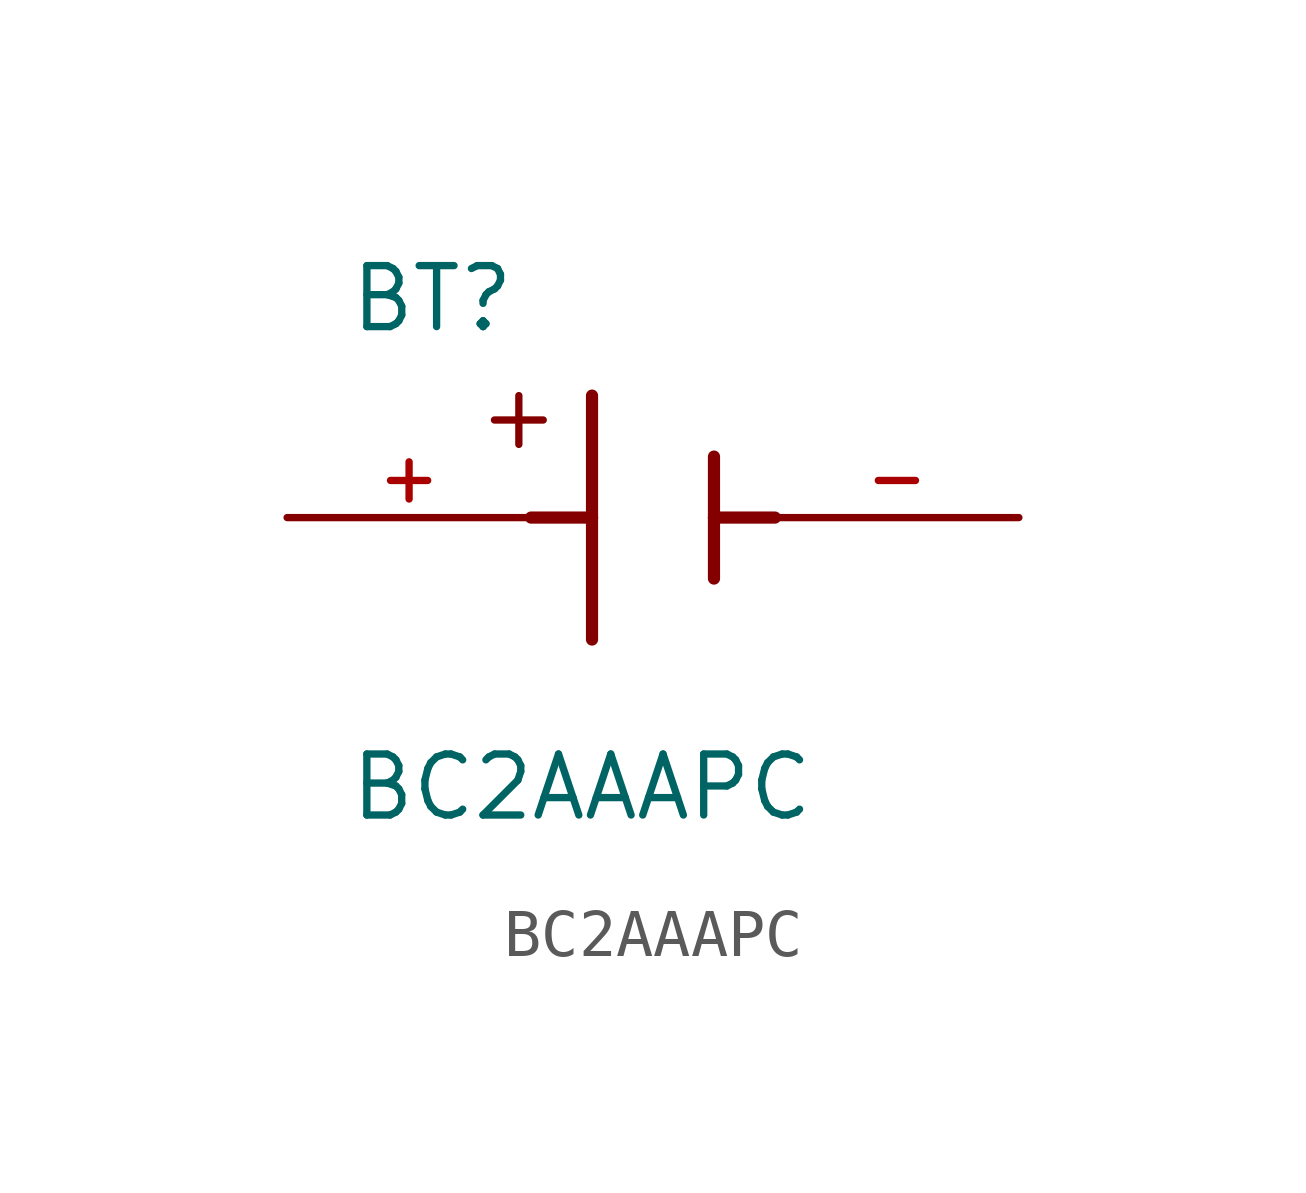
<source format=kicad_sym>
(kicad_symbol_lib
  (version 20211014)
  (generator kicad_symbol_editor)
  (symbol "BC2AAAPC"
    (pin_names
      (offset 1.016))
    (property "Reference" "BT"
      (at -6.361 3.814 0)
      (effects (font (size 1.27 1.27)) (justify bottom left)))
    (property "Value" "BC2AAAPC"
      (at -6.362 -6.358 0)
      (effects (font (size 1.27 1.27)) (justify bottom left)))
    (symbol "BC2AAAPC_0_0"
      (polyline (pts (xy -1.27 2.54) (xy -1.27 0.0)) (stroke (width 0.254)))
      (polyline (pts (xy -1.27 0.0) (xy -1.27 -2.54)) (stroke (width 0.254)))
      (polyline (pts (xy 1.27 1.27) (xy 1.27 0.0)) (stroke (width 0.254)))
      (polyline (pts (xy 1.27 0.0) (xy 1.27 -1.27)) (stroke (width 0.254)))
      (polyline (pts (xy -2.54 0.0) (xy -1.27 0.0)) (stroke (width 0.254)))
      (polyline (pts (xy 1.27 0.0) (xy 2.54 0.0)) (stroke (width 0.254)))
      (polyline (pts (xy -2.794 2.54) (xy -2.794 1.524)) (stroke (width 0.152)))
      (polyline (pts (xy -3.302 2.032) (xy -2.286 2.032)) (stroke (width 0.152)))
      (pin passive line (at -7.62 0.0 0) (length 5.08) (name "~" (effects (font (size 1.016 1.016)))) (number "+" (effects (font (size 1.016 1.016)))))
      (pin passive line (at 7.62 0.0 180.0) (length 5.08) (name "~" (effects (font (size 1.016 1.016)))) (number "-" (effects (font (size 1.016 1.016))))))))
</source>
